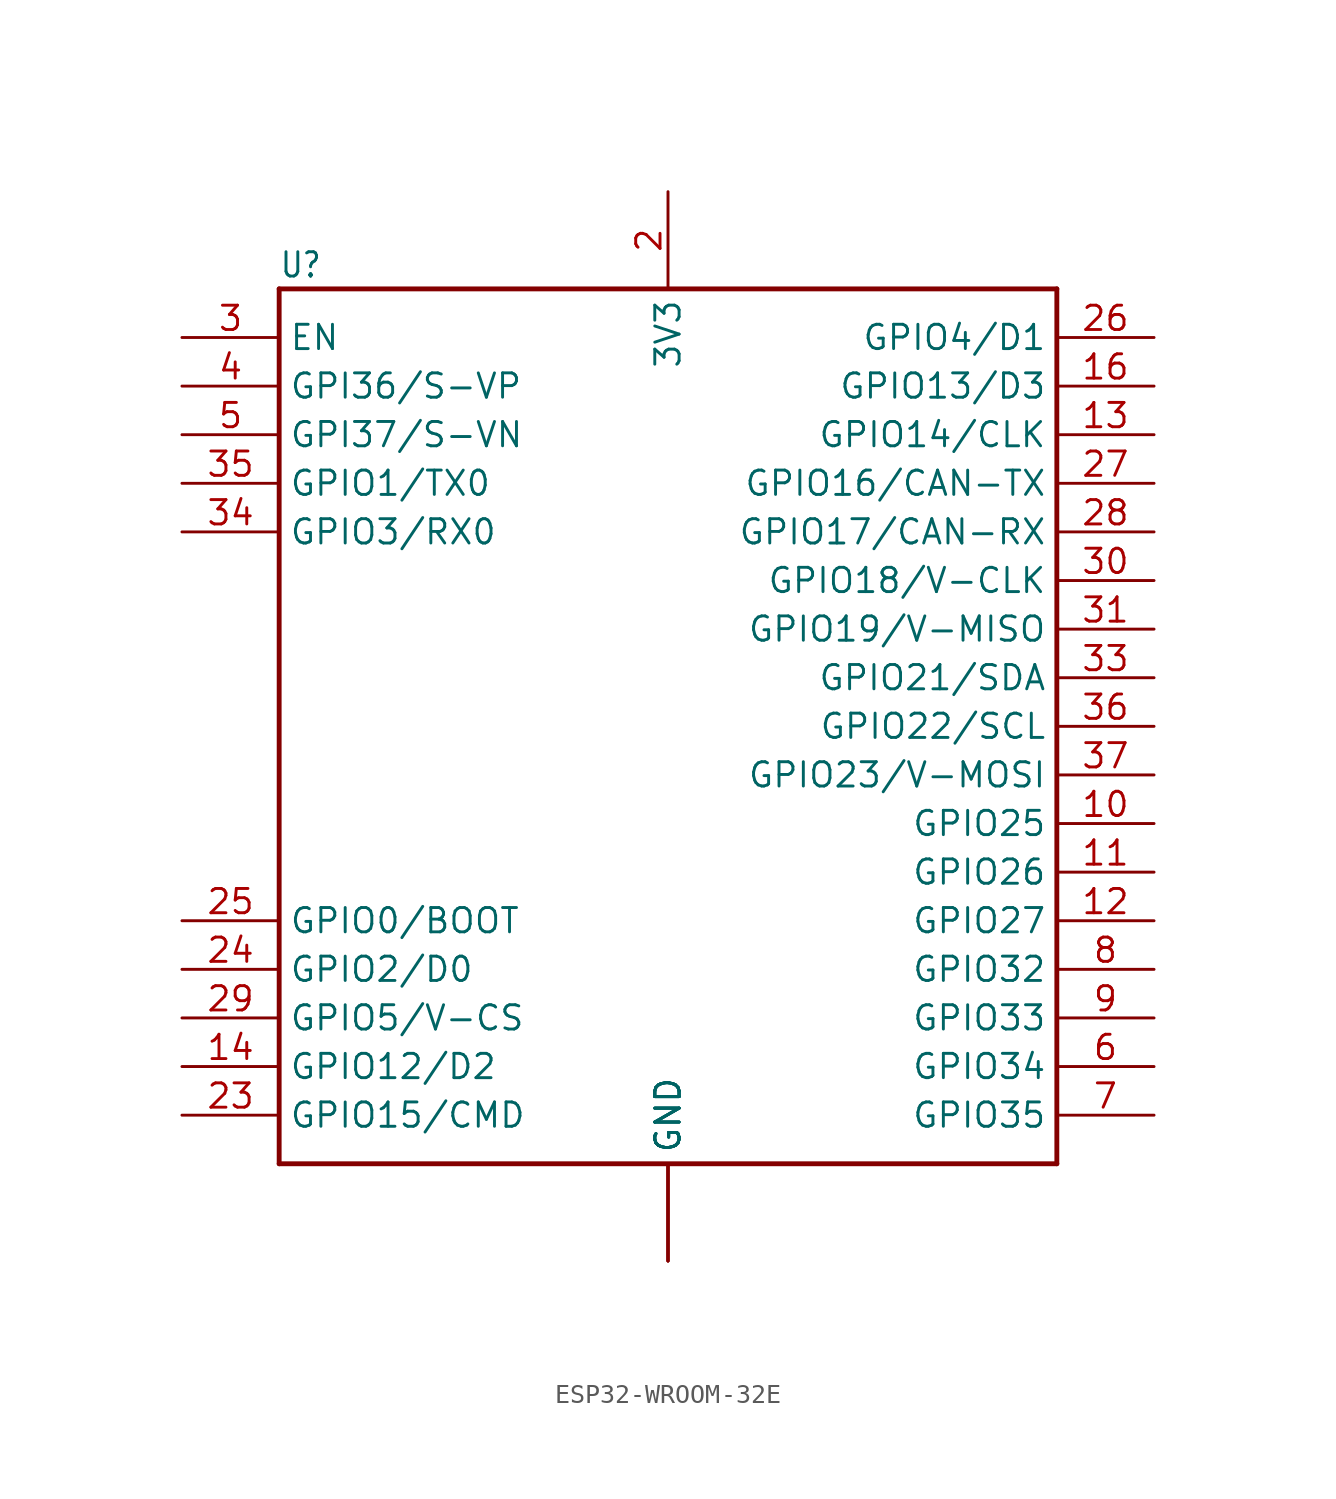
<source format=kicad_sym>
(kicad_symbol_lib
  (version 20241209)
  (generator "kicad_symbol_editor")
  (generator_version "9.0")
  (symbol "ESP32-WROOM-32E"
    (property "Reference" "U"
      (at -20.32 23.368 0)
      (effects (font (size 1.27 1.079)) (justify left bottom)))
    (property "Value" ""
      (at -20.32 -24.892 0)
      (effects (font (size 1.27 1.079)) (justify left bottom)))
    (property "ki_locked" ""
      (at 0 0 0)
      (effects (font (size 1.27 1.27))))
    (symbol "ESP32-WROOM-32E_1_0"
      (polyline (pts (xy -20.32 22.86) (xy 20.32 22.86)) (stroke (width 0.254) (type solid)) (fill (type none)))
      (polyline (pts (xy -20.32 -22.86) (xy -20.32 22.86)) (stroke (width 0.254) (type solid)) (fill (type none)))
      (polyline (pts (xy 20.32 22.86) (xy 20.32 -22.86)) (stroke (width 0.254) (type solid)) (fill (type none)))
      (polyline (pts (xy 20.32 -22.86) (xy -20.32 -22.86)) (stroke (width 0.254) (type solid)) (fill (type none)))
      (pin bidirectional line (at -25.4 20.32 0) (length 5.08) (name "EN" (effects (font (size 1.27 1.27)))) (number "3" (effects (font (size 1.27 1.27)))))
      (pin bidirectional line (at -25.4 17.78 0) (length 5.08) (name "GPI36/S-VP" (effects (font (size 1.27 1.27)))) (number "4" (effects (font (size 1.27 1.27)))))
      (pin bidirectional line (at -25.4 15.24 0) (length 5.08) (name "GPI37/S-VN" (effects (font (size 1.27 1.27)))) (number "5" (effects (font (size 1.27 1.27)))))
      (pin bidirectional line (at -25.4 12.7 0) (length 5.08) (name "GPIO1/TX0" (effects (font (size 1.27 1.27)))) (number "35" (effects (font (size 1.27 1.27)))))
      (pin bidirectional line (at -25.4 10.16 0) (length 5.08) (name "GPIO3/RX0" (effects (font (size 1.27 1.27)))) (number "34" (effects (font (size 1.27 1.27)))))
      (pin bidirectional line (at -25.4 -10.16 0) (length 5.08) (name "GPIO0/BOOT" (effects (font (size 1.27 1.27)))) (number "25" (effects (font (size 1.27 1.27)))))
      (pin bidirectional line (at -25.4 -12.7 0) (length 5.08) (name "GPIO2/D0" (effects (font (size 1.27 1.27)))) (number "24" (effects (font (size 1.27 1.27)))))
      (pin bidirectional line (at -25.4 -15.24 0) (length 5.08) (name "GPIO5/V-CS" (effects (font (size 1.27 1.27)))) (number "29" (effects (font (size 1.27 1.27)))))
      (pin bidirectional line (at -25.4 -17.78 0) (length 5.08) (name "GPIO12/D2" (effects (font (size 1.27 1.27)))) (number "14" (effects (font (size 1.27 1.27)))))
      (pin bidirectional line (at -25.4 -20.32 0) (length 5.08) (name "GPIO15/CMD" (effects (font (size 1.27 1.27)))) (number "23" (effects (font (size 1.27 1.27)))))
      (pin bidirectional line (at 0 27.94 270) (length 5.08) (name "3V3" (effects (font (size 1.27 1.27)))) (number "2" (effects (font (size 1.27 1.27)))))
      (pin bidirectional line (at 0 -27.94 90) (length 5.08) (name "GND" (effects (font (size 1.27 1.27)))) (number "1" (effects (font (size 0 0)))))
      (pin bidirectional line (at 0 -27.94 90) (length 5.08) (name "GND" (effects (font (size 1.27 1.27)))) (number "15" (effects (font (size 0 0)))))
      (pin bidirectional line (at 0 -27.94 90) (length 5.08) (name "GND" (effects (font (size 1.27 1.27)))) (number "38" (effects (font (size 0 0)))))
      (pin bidirectional line (at 0 -27.94 90) (length 5.08) (name "GND" (effects (font (size 1.27 1.27)))) (number "THERM" (effects (font (size 0 0)))))
      (pin bidirectional line (at 25.4 20.32 180) (length 5.08) (name "GPIO4/D1" (effects (font (size 1.27 1.27)))) (number "26" (effects (font (size 1.27 1.27)))))
      (pin bidirectional line (at 25.4 17.78 180) (length 5.08) (name "GPIO13/D3" (effects (font (size 1.27 1.27)))) (number "16" (effects (font (size 1.27 1.27)))))
      (pin bidirectional line (at 25.4 15.24 180) (length 5.08) (name "GPIO14/CLK" (effects (font (size 1.27 1.27)))) (number "13" (effects (font (size 1.27 1.27)))))
      (pin bidirectional line (at 25.4 12.7 180) (length 5.08) (name "GPIO16/CAN-TX" (effects (font (size 1.27 1.27)))) (number "27" (effects (font (size 1.27 1.27)))))
      (pin bidirectional line (at 25.4 10.16 180) (length 5.08) (name "GPIO17/CAN-RX" (effects (font (size 1.27 1.27)))) (number "28" (effects (font (size 1.27 1.27)))))
      (pin bidirectional line (at 25.4 7.62 180) (length 5.08) (name "GPIO18/V-CLK" (effects (font (size 1.27 1.27)))) (number "30" (effects (font (size 1.27 1.27)))))
      (pin bidirectional line (at 25.4 5.08 180) (length 5.08) (name "GPIO19/V-MISO" (effects (font (size 1.27 1.27)))) (number "31" (effects (font (size 1.27 1.27)))))
      (pin bidirectional line (at 25.4 2.54 180) (length 5.08) (name "GPIO21/SDA" (effects (font (size 1.27 1.27)))) (number "33" (effects (font (size 1.27 1.27)))))
      (pin bidirectional line (at 25.4 0 180) (length 5.08) (name "GPIO22/SCL" (effects (font (size 1.27 1.27)))) (number "36" (effects (font (size 1.27 1.27)))))
      (pin bidirectional line (at 25.4 -2.54 180) (length 5.08) (name "GPIO23/V-MOSI" (effects (font (size 1.27 1.27)))) (number "37" (effects (font (size 1.27 1.27)))))
      (pin bidirectional line (at 25.4 -5.08 180) (length 5.08) (name "GPIO25" (effects (font (size 1.27 1.27)))) (number "10" (effects (font (size 1.27 1.27)))))
      (pin bidirectional line (at 25.4 -7.62 180) (length 5.08) (name "GPIO26" (effects (font (size 1.27 1.27)))) (number "11" (effects (font (size 1.27 1.27)))))
      (pin bidirectional line (at 25.4 -10.16 180) (length 5.08) (name "GPIO27" (effects (font (size 1.27 1.27)))) (number "12" (effects (font (size 1.27 1.27)))))
      (pin bidirectional line (at 25.4 -12.7 180) (length 5.08) (name "GPIO32" (effects (font (size 1.27 1.27)))) (number "8" (effects (font (size 1.27 1.27)))))
      (pin bidirectional line (at 25.4 -15.24 180) (length 5.08) (name "GPIO33" (effects (font (size 1.27 1.27)))) (number "9" (effects (font (size 1.27 1.27)))))
      (pin bidirectional line (at 25.4 -17.78 180) (length 5.08) (name "GPIO34" (effects (font (size 1.27 1.27)))) (number "6" (effects (font (size 1.27 1.27)))))
      (pin bidirectional line (at 25.4 -20.32 180) (length 5.08) (name "GPIO35" (effects (font (size 1.27 1.27)))) (number "7" (effects (font (size 1.27 1.27))))))))
</source>
